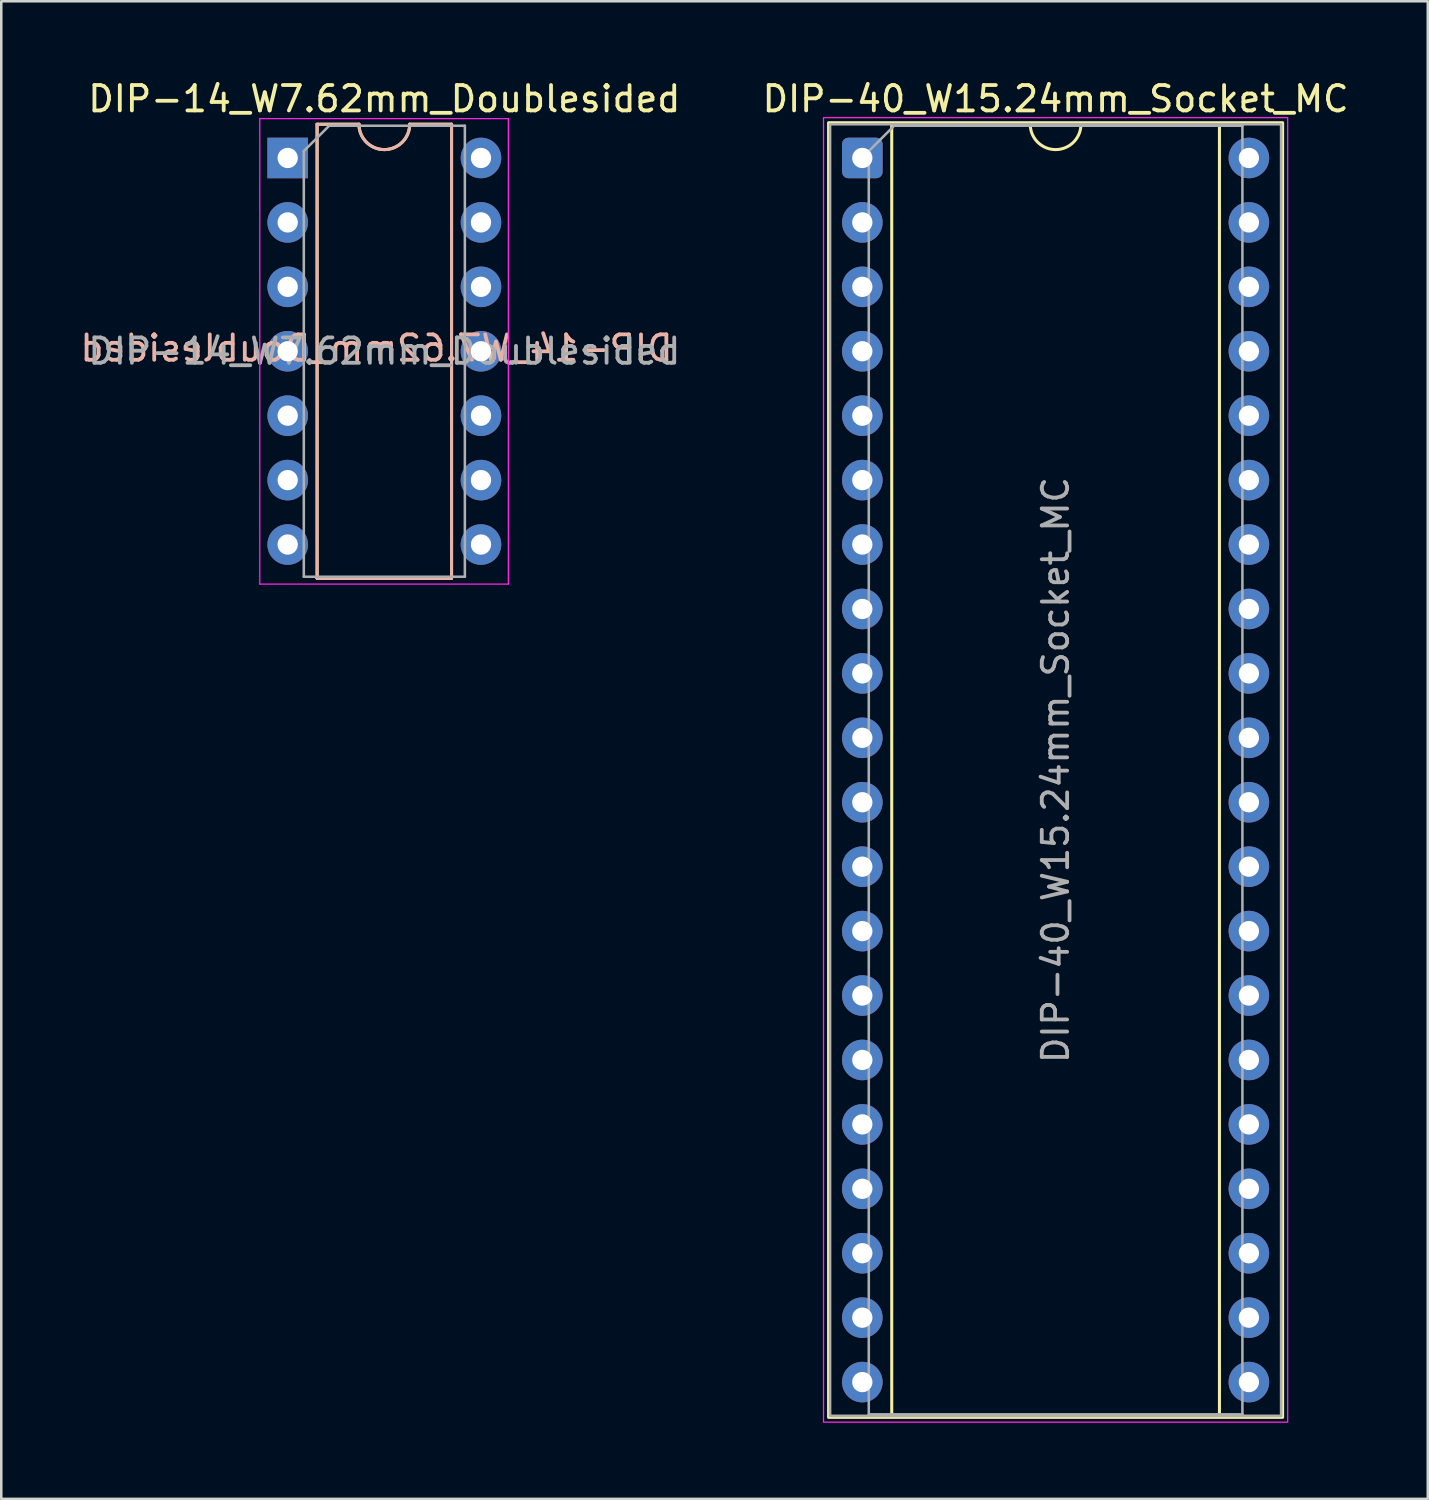
<source format=kicad_pcb>
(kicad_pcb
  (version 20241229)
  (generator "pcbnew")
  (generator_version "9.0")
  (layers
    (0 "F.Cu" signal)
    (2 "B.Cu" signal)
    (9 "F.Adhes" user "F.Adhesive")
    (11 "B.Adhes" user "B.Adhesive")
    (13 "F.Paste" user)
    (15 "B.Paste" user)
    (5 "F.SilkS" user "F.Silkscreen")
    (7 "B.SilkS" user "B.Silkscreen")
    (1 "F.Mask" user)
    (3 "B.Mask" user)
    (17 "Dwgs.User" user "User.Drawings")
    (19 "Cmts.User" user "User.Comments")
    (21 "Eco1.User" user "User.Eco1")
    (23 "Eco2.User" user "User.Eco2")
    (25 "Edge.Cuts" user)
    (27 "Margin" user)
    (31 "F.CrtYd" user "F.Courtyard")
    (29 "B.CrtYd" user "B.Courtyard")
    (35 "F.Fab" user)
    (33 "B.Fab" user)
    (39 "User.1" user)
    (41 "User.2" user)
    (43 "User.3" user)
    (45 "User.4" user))
  (footprint "DIP-14_W7.62mm_Doublesided"
    (layer "F.Cu")
    (at 8.292 3.178)
    (property "Reference" "DIP-14_W7.62mm_Doublesided" (at 3.81 -2.33 0) (layer "F.SilkS") (effects (font (size 1 1) (thickness 0.15))))
    (attr through_hole)
    (fp_line (start 1.16 -1.33) (end 1.16 16.57) (stroke (width 0.12) (type solid)) (layer "F.SilkS"))
    (fp_line (start 1.16 16.57) (end 6.46 16.57) (stroke (width 0.12) (type solid)) (layer "F.SilkS"))
    (fp_line (start 2.81 -1.33) (end 1.16 -1.33) (stroke (width 0.12) (type solid)) (layer "F.SilkS"))
    (fp_line (start 6.46 -1.33) (end 4.81 -1.33) (stroke (width 0.12) (type solid)) (layer "F.SilkS"))
    (fp_line (start 6.46 16.57) (end 6.46 -1.33) (stroke (width 0.12) (type solid)) (layer "F.SilkS"))
    (fp_arc (start 4.81 -1.33) (mid 3.81 -0.33) (end 2.81 -1.33) (stroke (width 0.12) (type solid)) (layer "F.SilkS"))
    (fp_line (start 1.16 -1.33) (end 2.81 -1.33) (stroke (width 0.12) (type solid)) (layer "B.SilkS"))
    (fp_line (start 1.16 16.57) (end 1.16 -1.33) (stroke (width 0.12) (type solid)) (layer "B.SilkS"))
    (fp_line (start 4.81 -1.33) (end 6.46 -1.33) (stroke (width 0.12) (type solid)) (layer "B.SilkS"))
    (fp_line (start 6.46 -1.33) (end 6.46 16.57) (stroke (width 0.12) (type solid)) (layer "B.SilkS"))
    (fp_line (start 6.46 16.57) (end 1.16 16.57) (stroke (width 0.12) (type solid)) (layer "B.SilkS"))
    (fp_arc (start 4.81 -1.33) (mid 3.81 -0.33) (end 2.81 -1.33) (stroke (width 0.12) (type solid)) (layer "B.SilkS"))
    (fp_line (start -1.1 -1.55) (end -1.1 16.8) (stroke (width 0.05) (type solid)) (layer "F.CrtYd"))
    (fp_line (start -1.1 16.8) (end 8.7 16.8) (stroke (width 0.05) (type solid)) (layer "F.CrtYd"))
    (fp_line (start 8.7 -1.55) (end -1.1 -1.55) (stroke (width 0.05) (type solid)) (layer "F.CrtYd"))
    (fp_line (start 8.7 16.8) (end 8.7 -1.55) (stroke (width 0.05) (type solid)) (layer "F.CrtYd"))
    (fp_line (start 0.635 -0.27) (end 1.635 -1.27) (stroke (width 0.1) (type solid)) (layer "F.Fab"))
    (fp_line (start 0.635 16.51) (end 0.635 -0.27) (stroke (width 0.1) (type solid)) (layer "F.Fab"))
    (fp_line (start 1.635 -1.27) (end 6.985 -1.27) (stroke (width 0.1) (type solid)) (layer "F.Fab"))
    (fp_line (start 6.985 -1.27) (end 6.985 16.51) (stroke (width 0.1) (type solid)) (layer "F.Fab"))
    (fp_line (start 6.985 16.51) (end 0.635 16.51) (stroke (width 0.1) (type solid)) (layer "F.Fab"))
    (fp_text user "${REFERENCE}" (at 3.5 7.5 0) (unlocked yes) (layer "B.SilkS") (effects (font (size 1 1) (thickness 0.15)) (justify mirror)))
    (fp_text user "${REFERENCE}" (at 3.81 7.62 0) (layer "F.Fab") (effects (font (size 1 1) (thickness 0.15))))
    (pad "1" thru_hole rect (at 0 0) (size 1.6 1.6) (drill 0.8) (layers "*.Cu" "*.Mask"))
    (pad "2" thru_hole oval (at 0 2.54) (size 1.6 1.6) (drill 0.8) (layers "*.Cu" "*.Mask"))
    (pad "3" thru_hole oval (at 0 5.08) (size 1.6 1.6) (drill 0.8) (layers "*.Cu" "*.Mask"))
    (pad "4" thru_hole oval (at 0 7.62) (size 1.6 1.6) (drill 0.8) (layers "*.Cu" "*.Mask"))
    (pad "5" thru_hole oval (at 0 10.16) (size 1.6 1.6) (drill 0.8) (layers "*.Cu" "*.Mask"))
    (pad "6" thru_hole oval (at 0 12.7) (size 1.6 1.6) (drill 0.8) (layers "*.Cu" "*.Mask"))
    (pad "7" thru_hole oval (at 0 15.24) (size 1.6 1.6) (drill 0.8) (layers "*.Cu" "*.Mask"))
    (pad "8" thru_hole oval (at 7.62 15.24) (size 1.6 1.6) (drill 0.8) (layers "*.Cu" "*.Mask"))
    (pad "9" thru_hole oval (at 7.62 12.7) (size 1.6 1.6) (drill 0.8) (layers "*.Cu" "*.Mask"))
    (pad "10" thru_hole oval (at 7.62 10.16) (size 1.6 1.6) (drill 0.8) (layers "*.Cu" "*.Mask"))
    (pad "11" thru_hole oval (at 7.62 7.62) (size 1.6 1.6) (drill 0.8) (layers "*.Cu" "*.Mask"))
    (pad "12" thru_hole oval (at 7.62 5.08) (size 1.6 1.6) (drill 0.8) (layers "*.Cu" "*.Mask"))
    (pad "13" thru_hole oval (at 7.62 2.54) (size 1.6 1.6) (drill 0.8) (layers "*.Cu" "*.Mask"))
    (pad "14" thru_hole oval (at 7.62 0) (size 1.6 1.6) (drill 0.8) (layers "*.Cu" "*.Mask")))
  (footprint "DIP-40_W15.24mm_Socket_MC"
    (layer "F.Cu")
    (at 30.946 3.178)
    (property "Reference" "DIP-40_W15.24mm_Socket_MC" (at 7.62 -2.33 0) (layer "F.SilkS") (effects (font (size 1 1) (thickness 0.15))))
    (attr through_hole)
    (fp_line (start 1.16 -1.33) (end 1.16 49.59) (stroke (width 0.12) (type solid)) (layer "F.SilkS"))
    (fp_line (start 1.16 49.59) (end 14.08 49.59) (stroke (width 0.12) (type solid)) (layer "F.SilkS"))
    (fp_line (start 6.62 -1.33) (end 1.16 -1.33) (stroke (width 0.12) (type solid)) (layer "F.SilkS"))
    (fp_line (start 14.08 -1.33) (end 8.62 -1.33) (stroke (width 0.12) (type solid)) (layer "F.SilkS"))
    (fp_line (start 14.08 49.59) (end 14.08 -1.33) (stroke (width 0.12) (type solid)) (layer "F.SilkS"))
    (fp_rect (start -1.33 -1.39) (end 16.57 49.65) (stroke (width 0.12) (type solid)) (fill no) (layer "F.SilkS"))
    (fp_arc (start 8.62 -1.33) (mid 7.62 -0.33) (end 6.62 -1.33) (stroke (width 0.12) (type solid)) (layer "F.SilkS"))
    (fp_rect (start -1.53 -1.59) (end 16.77 49.84) (stroke (width 0.05) (type solid)) (fill no) (layer "F.CrtYd"))
    (fp_line (start 0.255 -0.27) (end 1.255 -1.27) (stroke (width 0.1) (type solid)) (layer "F.Fab"))
    (fp_line (start 0.255 49.53) (end 0.255 -0.27) (stroke (width 0.1) (type solid)) (layer "F.Fab"))
    (fp_line (start 1.255 -1.27) (end 14.985 -1.27) (stroke (width 0.1) (type solid)) (layer "F.Fab"))
    (fp_line (start 14.985 -1.27) (end 14.985 49.53) (stroke (width 0.1) (type solid)) (layer "F.Fab"))
    (fp_line (start 14.985 49.53) (end 0.255 49.53) (stroke (width 0.1) (type solid)) (layer "F.Fab"))
    (fp_rect (start -1.27 -1.33) (end 16.51 49.59) (stroke (width 0.1) (type solid)) (fill no) (layer "F.Fab"))
    (fp_text user "${REFERENCE}" (at 7.62 24.13 90) (layer "F.Fab") (effects (font (size 1 1) (thickness 0.15))))
    (pad "1" thru_hole roundrect (at 0 0) (size 1.6 1.6) (drill 0.8) (layers "*.Cu" "*.Mask") (roundrect_rratio 0.156))
    (pad "2" thru_hole circle (at 0 2.54) (size 1.6 1.6) (drill 0.8) (layers "*.Cu" "*.Mask"))
    (pad "3" thru_hole circle (at 0 5.08) (size 1.6 1.6) (drill 0.8) (layers "*.Cu" "*.Mask"))
    (pad "4" thru_hole circle (at 0 7.62) (size 1.6 1.6) (drill 0.8) (layers "*.Cu" "*.Mask"))
    (pad "5" thru_hole circle (at 0 10.16) (size 1.6 1.6) (drill 0.8) (layers "*.Cu" "*.Mask"))
    (pad "6" thru_hole circle (at 0 12.7) (size 1.6 1.6) (drill 0.8) (layers "*.Cu" "*.Mask"))
    (pad "7" thru_hole circle (at 0 15.24) (size 1.6 1.6) (drill 0.8) (layers "*.Cu" "*.Mask"))
    (pad "8" thru_hole circle (at 0 17.78) (size 1.6 1.6) (drill 0.8) (layers "*.Cu" "*.Mask"))
    (pad "9" thru_hole circle (at 0 20.32) (size 1.6 1.6) (drill 0.8) (layers "*.Cu" "*.Mask"))
    (pad "10" thru_hole circle (at 0 22.86) (size 1.6 1.6) (drill 0.8) (layers "*.Cu" "*.Mask"))
    (pad "11" thru_hole circle (at 0 25.4) (size 1.6 1.6) (drill 0.8) (layers "*.Cu" "*.Mask"))
    (pad "12" thru_hole circle (at 0 27.94) (size 1.6 1.6) (drill 0.8) (layers "*.Cu" "*.Mask"))
    (pad "13" thru_hole circle (at 0 30.48) (size 1.6 1.6) (drill 0.8) (layers "*.Cu" "*.Mask"))
    (pad "14" thru_hole circle (at 0 33.02) (size 1.6 1.6) (drill 0.8) (layers "*.Cu" "*.Mask"))
    (pad "15" thru_hole circle (at 0 35.56) (size 1.6 1.6) (drill 0.8) (layers "*.Cu" "*.Mask"))
    (pad "16" thru_hole circle (at 0 38.1) (size 1.6 1.6) (drill 0.8) (layers "*.Cu" "*.Mask"))
    (pad "17" thru_hole circle (at 0 40.64) (size 1.6 1.6) (drill 0.8) (layers "*.Cu" "*.Mask"))
    (pad "18" thru_hole circle (at 0 43.18) (size 1.6 1.6) (drill 0.8) (layers "*.Cu" "*.Mask"))
    (pad "19" thru_hole circle (at 0 45.72) (size 1.6 1.6) (drill 0.8) (layers "*.Cu" "*.Mask"))
    (pad "20" thru_hole circle (at 0 48.26) (size 1.6 1.6) (drill 0.8) (layers "*.Cu" "*.Mask"))
    (pad "21" thru_hole circle (at 15.24 48.26) (size 1.6 1.6) (drill 0.8) (layers "*.Cu" "*.Mask"))
    (pad "22" thru_hole circle (at 15.24 45.72) (size 1.6 1.6) (drill 0.8) (layers "*.Cu" "*.Mask"))
    (pad "23" thru_hole circle (at 15.24 43.18) (size 1.6 1.6) (drill 0.8) (layers "*.Cu" "*.Mask"))
    (pad "24" thru_hole circle (at 15.24 40.64) (size 1.6 1.6) (drill 0.8) (layers "*.Cu" "*.Mask"))
    (pad "25" thru_hole circle (at 15.24 38.1) (size 1.6 1.6) (drill 0.8) (layers "*.Cu" "*.Mask"))
    (pad "26" thru_hole circle (at 15.24 35.56) (size 1.6 1.6) (drill 0.8) (layers "*.Cu" "*.Mask"))
    (pad "27" thru_hole circle (at 15.24 33.02) (size 1.6 1.6) (drill 0.8) (layers "*.Cu" "*.Mask"))
    (pad "28" thru_hole circle (at 15.24 30.48) (size 1.6 1.6) (drill 0.8) (layers "*.Cu" "*.Mask"))
    (pad "29" thru_hole circle (at 15.24 27.94) (size 1.6 1.6) (drill 0.8) (layers "*.Cu" "*.Mask"))
    (pad "30" thru_hole circle (at 15.24 25.4) (size 1.6 1.6) (drill 0.8) (layers "*.Cu" "*.Mask"))
    (pad "31" thru_hole circle (at 15.24 22.86) (size 1.6 1.6) (drill 0.8) (layers "*.Cu" "*.Mask"))
    (pad "32" thru_hole circle (at 15.24 20.32) (size 1.6 1.6) (drill 0.8) (layers "*.Cu" "*.Mask"))
    (pad "33" thru_hole circle (at 15.24 17.78) (size 1.6 1.6) (drill 0.8) (layers "*.Cu" "*.Mask"))
    (pad "34" thru_hole circle (at 15.24 15.24) (size 1.6 1.6) (drill 0.8) (layers "*.Cu" "*.Mask"))
    (pad "35" thru_hole circle (at 15.24 12.7) (size 1.6 1.6) (drill 0.8) (layers "*.Cu" "*.Mask"))
    (pad "36" thru_hole circle (at 15.24 10.16) (size 1.6 1.6) (drill 0.8) (layers "*.Cu" "*.Mask"))
    (pad "37" thru_hole circle (at 15.24 7.62) (size 1.6 1.6) (drill 0.8) (layers "*.Cu" "*.Mask"))
    (pad "38" thru_hole circle (at 15.24 5.08) (size 1.6 1.6) (drill 0.8) (layers "*.Cu" "*.Mask"))
    (pad "39" thru_hole circle (at 15.24 2.54) (size 1.6 1.6) (drill 0.8) (layers "*.Cu" "*.Mask"))
    (pad "40" thru_hole circle (at 15.24 0) (size 1.6 1.6) (drill 0.8) (layers "*.Cu" "*.Mask")))
  (gr_rect
    (start -3 -3)
    (end 53.239 56.043)
    (stroke (width 0.1) (type default))
    (fill no)
    (layer "Edge.Cuts")))
</source>
